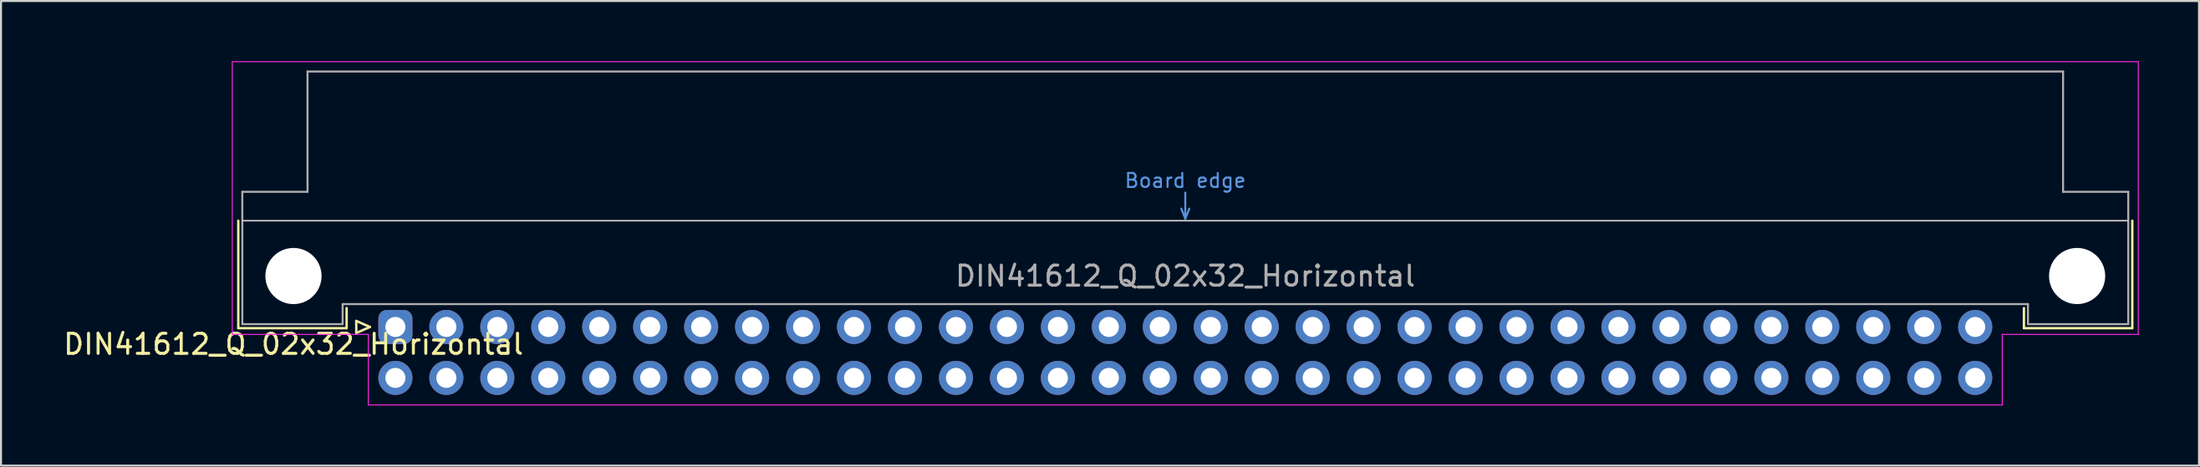
<source format=kicad_pcb>
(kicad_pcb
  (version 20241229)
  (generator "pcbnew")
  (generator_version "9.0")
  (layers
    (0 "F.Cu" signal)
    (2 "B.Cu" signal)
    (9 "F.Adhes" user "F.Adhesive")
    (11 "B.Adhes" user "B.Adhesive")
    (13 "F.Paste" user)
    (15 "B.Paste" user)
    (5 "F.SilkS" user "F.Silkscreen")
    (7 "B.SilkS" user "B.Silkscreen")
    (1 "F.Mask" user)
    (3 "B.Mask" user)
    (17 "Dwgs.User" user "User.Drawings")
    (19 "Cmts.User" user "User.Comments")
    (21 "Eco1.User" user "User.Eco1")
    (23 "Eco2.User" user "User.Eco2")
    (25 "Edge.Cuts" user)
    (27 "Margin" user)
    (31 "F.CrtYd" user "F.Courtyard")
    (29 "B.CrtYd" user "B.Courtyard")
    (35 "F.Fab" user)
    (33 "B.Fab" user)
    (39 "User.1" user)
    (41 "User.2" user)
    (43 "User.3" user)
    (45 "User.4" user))
  (footprint "DIN41612_Q_02x32_Horizontal"
    (layer "F.Cu")
    (at 16.657 13.255)
    (property "Reference" "DIN41612_Q_02x32_Horizontal" (at -5.08 0.86 0) (layer "F.SilkS") (effects (font (size 1 1) (thickness 0.15))))
    (attr through_hole)
    (fp_line (start -7.83 -5.3) (end -7.83 0.06) (stroke (width 0.12) (type solid)) (layer "F.SilkS"))
    (fp_line (start -7.83 0.06) (end -2.43 0.06) (stroke (width 0.12) (type solid)) (layer "F.SilkS"))
    (fp_line (start -2.43 0.06) (end -2.43 -0.94) (stroke (width 0.12) (type solid)) (layer "F.SilkS"))
    (fp_line (start -1.95 -0.3) (end -1.95 0.3) (stroke (width 0.12) (type solid)) (layer "F.SilkS"))
    (fp_line (start -1.95 0.3) (end -1.27 0) (stroke (width 0.12) (type solid)) (layer "F.SilkS"))
    (fp_line (start -1.27 0) (end -1.95 -0.3) (stroke (width 0.12) (type solid)) (layer "F.SilkS"))
    (fp_line (start 81.17 0.06) (end 81.17 -0.94) (stroke (width 0.12) (type solid)) (layer "F.SilkS"))
    (fp_line (start 86.57 -5.3) (end 86.57 0.06) (stroke (width 0.12) (type solid)) (layer "F.SilkS"))
    (fp_line (start 86.57 0.06) (end 81.17 0.06) (stroke (width 0.12) (type solid)) (layer "F.SilkS"))
    (fp_line (start -7.63 -5.3) (end 86.37 -5.3) (stroke (width 0.08) (type solid)) (layer "Dwgs.User"))
    (fp_line (start 39.17 -5.9) (end 39.37 -5.4) (stroke (width 0.1) (type solid)) (layer "Cmts.User"))
    (fp_line (start 39.37 -5.4) (end 39.37 -6.7) (stroke (width 0.1) (type solid)) (layer "Cmts.User"))
    (fp_line (start 39.37 -5.4) (end 39.57 -5.9) (stroke (width 0.1) (type solid)) (layer "Cmts.User"))
    (fp_line (start -8.13 -13.23) (end -8.13 0.37) (stroke (width 0.05) (type solid)) (layer "F.CrtYd"))
    (fp_line (start -8.13 0.37) (end -1.35 0.37) (stroke (width 0.05) (type solid)) (layer "F.CrtYd"))
    (fp_line (start -1.35 0.37) (end -1.35 3.89) (stroke (width 0.05) (type solid)) (layer "F.CrtYd"))
    (fp_line (start -1.35 3.89) (end 80.09 3.89) (stroke (width 0.05) (type solid)) (layer "F.CrtYd"))
    (fp_line (start 80.09 0.37) (end 86.87 0.37) (stroke (width 0.05) (type solid)) (layer "F.CrtYd"))
    (fp_line (start 80.09 3.89) (end 80.09 0.37) (stroke (width 0.05) (type solid)) (layer "F.CrtYd"))
    (fp_line (start 86.87 -13.23) (end -8.13 -13.23) (stroke (width 0.05) (type solid)) (layer "F.CrtYd"))
    (fp_line (start 86.87 0.37) (end 86.87 -13.23) (stroke (width 0.05) (type solid)) (layer "F.CrtYd"))
    (fp_line (start -7.63 -6.74) (end -7.63 -0.14) (stroke (width 0.1) (type solid)) (layer "F.Fab"))
    (fp_line (start -7.63 -0.14) (end -2.63 -0.14) (stroke (width 0.1) (type solid)) (layer "F.Fab"))
    (fp_line (start -4.38 -12.74) (end -4.38 -6.74) (stroke (width 0.1) (type solid)) (layer "F.Fab"))
    (fp_line (start -4.38 -6.74) (end -7.63 -6.74) (stroke (width 0.1) (type solid)) (layer "F.Fab"))
    (fp_line (start -2.63 -1.14) (end 81.37 -1.14) (stroke (width 0.1) (type solid)) (layer "F.Fab"))
    (fp_line (start -2.63 -0.14) (end -2.63 -1.14) (stroke (width 0.1) (type solid)) (layer "F.Fab"))
    (fp_line (start 81.37 -1.14) (end 81.37 -0.14) (stroke (width 0.1) (type solid)) (layer "F.Fab"))
    (fp_line (start 81.37 -0.14) (end 86.37 -0.14) (stroke (width 0.1) (type solid)) (layer "F.Fab"))
    (fp_line (start 83.12 -12.74) (end -4.38 -12.74) (stroke (width 0.1) (type solid)) (layer "F.Fab"))
    (fp_line (start 83.12 -6.74) (end 83.12 -12.74) (stroke (width 0.1) (type solid)) (layer "F.Fab"))
    (fp_line (start 86.37 -6.74) (end 83.12 -6.74) (stroke (width 0.1) (type solid)) (layer "F.Fab"))
    (fp_line (start 86.37 -0.14) (end 86.37 -6.74) (stroke (width 0.1) (type solid)) (layer "F.Fab"))
    (fp_text user "Board edge" (at 39.37 -7.3 0) (layer "Cmts.User") (effects (font (size 0.7 0.7) (thickness 0.1))))
    (fp_text user "${REFERENCE}" (at 39.37 -2.54 0) (layer "F.Fab") (effects (font (size 1 1) (thickness 0.15))))
    (pad "" np_thru_hole circle (at -5.08 -2.54) (size 2.8 2.8) (drill 2.8) (layers "*.Cu" "*.Mask"))
    (pad "" np_thru_hole circle (at 83.82 -2.54) (size 2.8 2.8) (drill 2.8) (layers "*.Cu" "*.Mask"))
    (pad "a1" thru_hole roundrect (at 0 0) (size 1.7 1.7) (drill 1) (layers "*.Cu" "*.Mask") (roundrect_rratio 0.25))
    (pad "a2" thru_hole circle (at 2.54 0) (size 1.7 1.7) (drill 1) (layers "*.Cu" "*.Mask"))
    (pad "a3" thru_hole circle (at 5.08 0) (size 1.7 1.7) (drill 1) (layers "*.Cu" "*.Mask"))
    (pad "a4" thru_hole circle (at 7.62 0) (size 1.7 1.7) (drill 1) (layers "*.Cu" "*.Mask"))
    (pad "a5" thru_hole circle (at 10.16 0) (size 1.7 1.7) (drill 1) (layers "*.Cu" "*.Mask"))
    (pad "a6" thru_hole circle (at 12.7 0) (size 1.7 1.7) (drill 1) (layers "*.Cu" "*.Mask"))
    (pad "a7" thru_hole circle (at 15.24 0) (size 1.7 1.7) (drill 1) (layers "*.Cu" "*.Mask"))
    (pad "a8" thru_hole circle (at 17.78 0) (size 1.7 1.7) (drill 1) (layers "*.Cu" "*.Mask"))
    (pad "a9" thru_hole circle (at 20.32 0) (size 1.7 1.7) (drill 1) (layers "*.Cu" "*.Mask"))
    (pad "a10" thru_hole circle (at 22.86 0) (size 1.7 1.7) (drill 1) (layers "*.Cu" "*.Mask"))
    (pad "a11" thru_hole circle (at 25.4 0) (size 1.7 1.7) (drill 1) (layers "*.Cu" "*.Mask"))
    (pad "a12" thru_hole circle (at 27.94 0) (size 1.7 1.7) (drill 1) (layers "*.Cu" "*.Mask"))
    (pad "a13" thru_hole circle (at 30.48 0) (size 1.7 1.7) (drill 1) (layers "*.Cu" "*.Mask"))
    (pad "a14" thru_hole circle (at 33.02 0) (size 1.7 1.7) (drill 1) (layers "*.Cu" "*.Mask"))
    (pad "a15" thru_hole circle (at 35.56 0) (size 1.7 1.7) (drill 1) (layers "*.Cu" "*.Mask"))
    (pad "a16" thru_hole circle (at 38.1 0) (size 1.7 1.7) (drill 1) (layers "*.Cu" "*.Mask"))
    (pad "a17" thru_hole circle (at 40.64 0) (size 1.7 1.7) (drill 1) (layers "*.Cu" "*.Mask"))
    (pad "a18" thru_hole circle (at 43.18 0) (size 1.7 1.7) (drill 1) (layers "*.Cu" "*.Mask"))
    (pad "a19" thru_hole circle (at 45.72 0) (size 1.7 1.7) (drill 1) (layers "*.Cu" "*.Mask"))
    (pad "a20" thru_hole circle (at 48.26 0) (size 1.7 1.7) (drill 1) (layers "*.Cu" "*.Mask"))
    (pad "a21" thru_hole circle (at 50.8 0) (size 1.7 1.7) (drill 1) (layers "*.Cu" "*.Mask"))
    (pad "a22" thru_hole circle (at 53.34 0) (size 1.7 1.7) (drill 1) (layers "*.Cu" "*.Mask"))
    (pad "a23" thru_hole circle (at 55.88 0) (size 1.7 1.7) (drill 1) (layers "*.Cu" "*.Mask"))
    (pad "a24" thru_hole circle (at 58.42 0) (size 1.7 1.7) (drill 1) (layers "*.Cu" "*.Mask"))
    (pad "a25" thru_hole circle (at 60.96 0) (size 1.7 1.7) (drill 1) (layers "*.Cu" "*.Mask"))
    (pad "a26" thru_hole circle (at 63.5 0) (size 1.7 1.7) (drill 1) (layers "*.Cu" "*.Mask"))
    (pad "a27" thru_hole circle (at 66.04 0) (size 1.7 1.7) (drill 1) (layers "*.Cu" "*.Mask"))
    (pad "a28" thru_hole circle (at 68.58 0) (size 1.7 1.7) (drill 1) (layers "*.Cu" "*.Mask"))
    (pad "a29" thru_hole circle (at 71.12 0) (size 1.7 1.7) (drill 1) (layers "*.Cu" "*.Mask"))
    (pad "a30" thru_hole circle (at 73.66 0) (size 1.7 1.7) (drill 1) (layers "*.Cu" "*.Mask"))
    (pad "a31" thru_hole circle (at 76.2 0) (size 1.7 1.7) (drill 1) (layers "*.Cu" "*.Mask"))
    (pad "a32" thru_hole circle (at 78.74 0) (size 1.7 1.7) (drill 1) (layers "*.Cu" "*.Mask"))
    (pad "b1" thru_hole circle (at 0 2.54) (size 1.7 1.7) (drill 1) (layers "*.Cu" "*.Mask"))
    (pad "b2" thru_hole circle (at 2.54 2.54) (size 1.7 1.7) (drill 1) (layers "*.Cu" "*.Mask"))
    (pad "b3" thru_hole circle (at 5.08 2.54) (size 1.7 1.7) (drill 1) (layers "*.Cu" "*.Mask"))
    (pad "b4" thru_hole circle (at 7.62 2.54) (size 1.7 1.7) (drill 1) (layers "*.Cu" "*.Mask"))
    (pad "b5" thru_hole circle (at 10.16 2.54) (size 1.7 1.7) (drill 1) (layers "*.Cu" "*.Mask"))
    (pad "b6" thru_hole circle (at 12.7 2.54) (size 1.7 1.7) (drill 1) (layers "*.Cu" "*.Mask"))
    (pad "b7" thru_hole circle (at 15.24 2.54) (size 1.7 1.7) (drill 1) (layers "*.Cu" "*.Mask"))
    (pad "b8" thru_hole circle (at 17.78 2.54) (size 1.7 1.7) (drill 1) (layers "*.Cu" "*.Mask"))
    (pad "b9" thru_hole circle (at 20.32 2.54) (size 1.7 1.7) (drill 1) (layers "*.Cu" "*.Mask"))
    (pad "b10" thru_hole circle (at 22.86 2.54) (size 1.7 1.7) (drill 1) (layers "*.Cu" "*.Mask"))
    (pad "b11" thru_hole circle (at 25.4 2.54) (size 1.7 1.7) (drill 1) (layers "*.Cu" "*.Mask"))
    (pad "b12" thru_hole circle (at 27.94 2.54) (size 1.7 1.7) (drill 1) (layers "*.Cu" "*.Mask"))
    (pad "b13" thru_hole circle (at 30.48 2.54) (size 1.7 1.7) (drill 1) (layers "*.Cu" "*.Mask"))
    (pad "b14" thru_hole circle (at 33.02 2.54) (size 1.7 1.7) (drill 1) (layers "*.Cu" "*.Mask"))
    (pad "b15" thru_hole circle (at 35.56 2.54) (size 1.7 1.7) (drill 1) (layers "*.Cu" "*.Mask"))
    (pad "b16" thru_hole circle (at 38.1 2.54) (size 1.7 1.7) (drill 1) (layers "*.Cu" "*.Mask"))
    (pad "b17" thru_hole circle (at 40.64 2.54) (size 1.7 1.7) (drill 1) (layers "*.Cu" "*.Mask"))
    (pad "b18" thru_hole circle (at 43.18 2.54) (size 1.7 1.7) (drill 1) (layers "*.Cu" "*.Mask"))
    (pad "b19" thru_hole circle (at 45.72 2.54) (size 1.7 1.7) (drill 1) (layers "*.Cu" "*.Mask"))
    (pad "b20" thru_hole circle (at 48.26 2.54) (size 1.7 1.7) (drill 1) (layers "*.Cu" "*.Mask"))
    (pad "b21" thru_hole circle (at 50.8 2.54) (size 1.7 1.7) (drill 1) (layers "*.Cu" "*.Mask"))
    (pad "b22" thru_hole circle (at 53.34 2.54) (size 1.7 1.7) (drill 1) (layers "*.Cu" "*.Mask"))
    (pad "b23" thru_hole circle (at 55.88 2.54) (size 1.7 1.7) (drill 1) (layers "*.Cu" "*.Mask"))
    (pad "b24" thru_hole circle (at 58.42 2.54) (size 1.7 1.7) (drill 1) (layers "*.Cu" "*.Mask"))
    (pad "b25" thru_hole circle (at 60.96 2.54) (size 1.7 1.7) (drill 1) (layers "*.Cu" "*.Mask"))
    (pad "b26" thru_hole circle (at 63.5 2.54) (size 1.7 1.7) (drill 1) (layers "*.Cu" "*.Mask"))
    (pad "b27" thru_hole circle (at 66.04 2.54) (size 1.7 1.7) (drill 1) (layers "*.Cu" "*.Mask"))
    (pad "b28" thru_hole circle (at 68.58 2.54) (size 1.7 1.7) (drill 1) (layers "*.Cu" "*.Mask"))
    (pad "b29" thru_hole circle (at 71.12 2.54) (size 1.7 1.7) (drill 1) (layers "*.Cu" "*.Mask"))
    (pad "b30" thru_hole circle (at 73.66 2.54) (size 1.7 1.7) (drill 1) (layers "*.Cu" "*.Mask"))
    (pad "b31" thru_hole circle (at 76.2 2.54) (size 1.7 1.7) (drill 1) (layers "*.Cu" "*.Mask"))
    (pad "b32" thru_hole circle (at 78.74 2.54) (size 1.7 1.7) (drill 1) (layers "*.Cu" "*.Mask")))
  (gr_rect
    (start -3 -3)
    (end 106.552 20.17)
    (stroke (width 0.1) (type default))
    (fill no)
    (layer "Edge.Cuts")))
</source>
